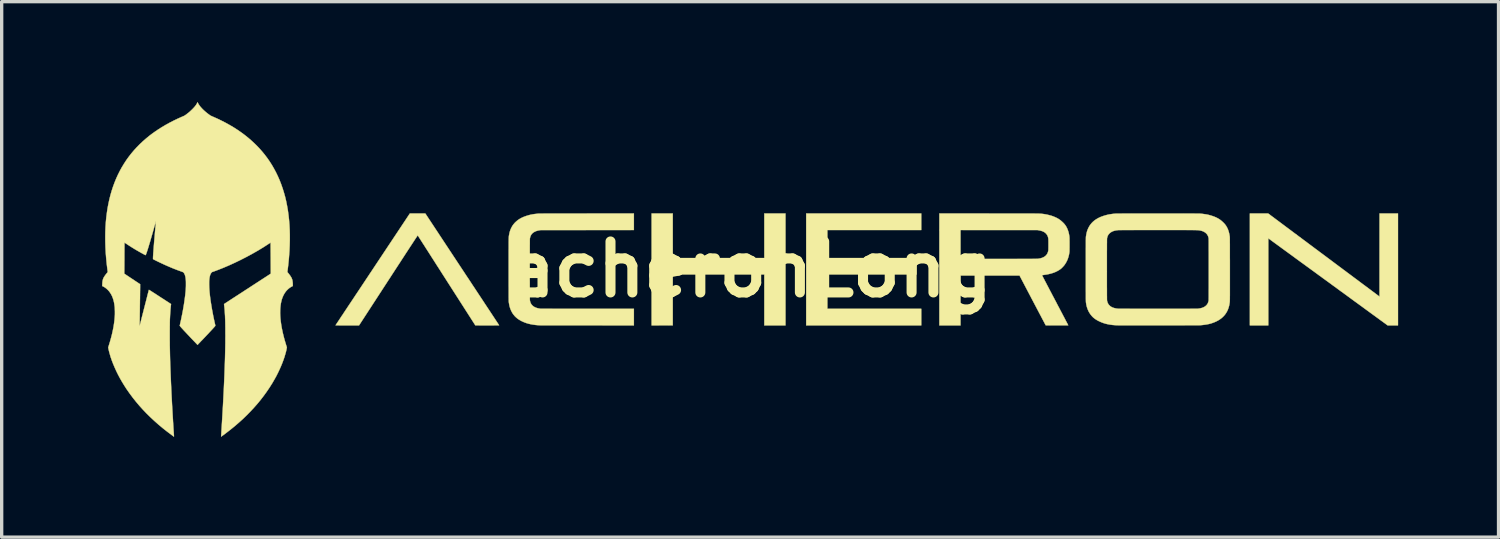
<source format=kicad_pcb>
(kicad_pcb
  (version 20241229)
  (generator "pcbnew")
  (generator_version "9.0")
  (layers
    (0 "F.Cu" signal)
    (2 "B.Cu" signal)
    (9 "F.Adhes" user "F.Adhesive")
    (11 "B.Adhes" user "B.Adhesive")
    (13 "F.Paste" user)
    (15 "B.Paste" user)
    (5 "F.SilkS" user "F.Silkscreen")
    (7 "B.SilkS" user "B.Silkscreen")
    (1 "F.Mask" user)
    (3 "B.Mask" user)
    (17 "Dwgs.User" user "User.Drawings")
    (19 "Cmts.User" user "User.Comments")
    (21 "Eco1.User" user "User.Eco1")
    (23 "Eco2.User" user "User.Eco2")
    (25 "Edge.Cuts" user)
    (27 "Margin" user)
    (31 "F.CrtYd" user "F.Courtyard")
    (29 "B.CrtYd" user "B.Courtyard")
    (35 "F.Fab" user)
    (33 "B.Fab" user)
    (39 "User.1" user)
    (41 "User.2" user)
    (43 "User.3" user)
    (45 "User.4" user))
  (footprint "acheronLong"
    (layer "F.Cu")
    (at 19.369 5.001)
    (property "Reference" "acheronLong" (at 0 0 0) (layer "F.SilkS") (effects (font (size 1.524 1.524) (thickness 0.3))))
    (attr through_hole)
    (fp_poly (pts (xy 5.115 -1.176) (xy 2.309 -1.176) (xy 2.309 -0.34) (xy 4.973 -0.34) (xy 4.973 0.152) (xy 2.309 0.152) (xy 2.309 1.178) (xy 5.115 1.178) (xy 5.115 1.674) (xy 1.676 1.674) (xy 1.676 -1.671) (xy 5.115 -1.671) (xy 5.115 -1.176)) (stroke (width 0.01) (type solid)) (fill yes) (layer "F.SilkS"))
    (fp_poly (pts (xy -2.312 -1.67) (xy -2.312 -1.005) (xy -2.311 -0.34) (xy 0.424 -0.34) (xy 0.424 -1.671) (xy 1.057 -1.671) (xy 1.057 1.674) (xy 0.424 1.674) (xy 0.424 0.152) (xy -2.311 0.152) (xy -2.312 0.912) (xy -2.312 1.672) (xy -2.944 1.674) (xy -2.944 -1.671) (xy -2.312 -1.67)) (stroke (width 0.01) (type solid)) (fill yes) (layer "F.SilkS"))
    (fp_poly (pts (xy 15.984 -1.296) (xy 16.027 -1.264) (xy 16.073 -1.23) (xy 16.123 -1.193) (xy 16.176 -1.153) (xy 16.232 -1.111) (xy 16.29 -1.068) (xy 16.351 -1.023) (xy 16.413 -0.976) (xy 16.478 -0.928) (xy 16.543 -0.879) (xy 16.61 -0.83) (xy 16.677 -0.779) (xy 16.744 -0.729) (xy 16.812 -0.679) (xy 16.879 -0.628) (xy 16.946 -0.579) (xy 17.012 -0.529) (xy 17.077 -0.481) (xy 17.14 -0.434) (xy 17.202 -0.388) (xy 17.226 -0.37) (xy 17.286 -0.325) (xy 17.347 -0.28) (xy 17.409 -0.233) (xy 17.472 -0.186) (xy 17.535 -0.139) (xy 17.599 -0.091) (xy 17.663 -0.044) (xy 17.726 0.004) (xy 17.789 0.05) (xy 17.851 0.097) (xy 17.912 0.142) (xy 17.971 0.186) (xy 18.029 0.23) (xy 18.085 0.271) (xy 18.139 0.311) (xy 18.19 0.349) (xy 18.238 0.386) (xy 18.283 0.419) (xy 18.325 0.451) (xy 18.364 0.479) (xy 18.388 0.497) (xy 18.811 0.813) (xy 18.811 -0.429) (xy 18.812 -1.671) (xy 19.363 -1.671) (xy 19.363 1.674) (xy 19.054 1.674) (xy 19.043 1.665) (xy 19.04 1.663) (xy 19.035 1.659) (xy 19.028 1.655) (xy 19.02 1.649) (xy 19.01 1.641) (xy 18.997 1.631) (xy 18.981 1.62) (xy 18.963 1.606) (xy 18.941 1.591) (xy 18.916 1.572) (xy 18.887 1.551) (xy 18.861 1.533) (xy 18.845 1.521) (xy 18.828 1.509) (xy 18.811 1.496) (xy 18.796 1.485) (xy 18.783 1.475) (xy 18.783 1.475) (xy 18.776 1.47) (xy 18.765 1.462) (xy 18.751 1.452) (xy 18.734 1.44) (xy 18.714 1.425) (xy 18.692 1.409) (xy 18.668 1.391) (xy 18.642 1.373) (xy 18.615 1.353) (xy 18.587 1.333) (xy 18.56 1.313) (xy 18.532 1.293) (xy 18.505 1.273) (xy 18.478 1.253) (xy 18.453 1.235) (xy 18.43 1.218) (xy 18.408 1.202) (xy 18.389 1.188) (xy 18.373 1.177) (xy 18.36 1.167) (xy 18.35 1.16) (xy 18.345 1.156) (xy 18.336 1.149) (xy 18.324 1.14) (xy 18.309 1.129) (xy 18.292 1.117) (xy 18.275 1.104) (xy 18.257 1.091) (xy 18.251 1.087) (xy 18.232 1.073) (xy 18.211 1.058) (xy 18.191 1.043) (xy 18.171 1.029) (xy 18.154 1.016) (xy 18.139 1.006) (xy 18.138 1.004) (xy 18.132 1.001) (xy 18.123 0.994) (xy 18.11 0.984) (xy 18.093 0.972) (xy 18.073 0.958) (xy 18.05 0.941) (xy 18.024 0.922) (xy 17.995 0.901) (xy 17.964 0.878) (xy 17.93 0.853) (xy 17.894 0.826) (xy 17.856 0.799) (xy 17.816 0.769) (xy 17.774 0.739) (xy 17.731 0.707) (xy 17.686 0.675) (xy 17.64 0.642) (xy 17.594 0.608) (xy 17.547 0.573) (xy 17.499 0.538) (xy 17.451 0.503) (xy 17.402 0.468) (xy 17.354 0.432) (xy 17.306 0.397) (xy 17.258 0.362) (xy 17.211 0.328) (xy 17.164 0.294) (xy 17.118 0.261) (xy 17.074 0.228) (xy 17.031 0.197) (xy 16.989 0.167) (xy 16.983 0.162) (xy 16.943 0.133) (xy 16.901 0.102) (xy 16.858 0.07) (xy 16.812 0.037) (xy 16.765 0.003) (xy 16.717 -0.032) (xy 16.668 -0.068) (xy 16.618 -0.104) (xy 16.568 -0.141) (xy 16.516 -0.179) (xy 16.464 -0.216) (xy 16.412 -0.254) (xy 16.36 -0.292) (xy 16.308 -0.33) (xy 16.256 -0.368) (xy 16.205 -0.406) (xy 16.154 -0.443) (xy 16.104 -0.479) (xy 16.055 -0.515) (xy 16.007 -0.55) (xy 15.96 -0.584) (xy 15.915 -0.617) (xy 15.871 -0.649) (xy 15.829 -0.68) (xy 15.789 -0.709) (xy 15.751 -0.737) (xy 15.715 -0.763) (xy 15.682 -0.787) (xy 15.651 -0.81) (xy 15.623 -0.83) (xy 15.598 -0.848) (xy 15.577 -0.864) (xy 15.558 -0.878) (xy 15.543 -0.889) (xy 15.531 -0.897) (xy 15.524 -0.903) (xy 15.52 -0.906) (xy 15.487 -0.93) (xy 15.487 1.674) (xy 14.936 1.674) (xy 14.936 -1.671) (xy 15.482 -1.671) (xy 15.984 -1.296)) (stroke (width 0.01) (type solid)) (fill yes) (layer "F.SilkS"))
    (fp_poly (pts (xy -8.606 -0.002) (xy -8.55 0.082) (xy -8.496 0.165) (xy -8.442 0.246) (xy -8.388 0.327) (xy -8.336 0.406) (xy -8.285 0.484) (xy -8.234 0.56) (xy -8.185 0.635) (xy -8.137 0.708) (xy -8.09 0.779) (xy -8.044 0.848) (xy -8 0.915) (xy -7.957 0.98) (xy -7.916 1.043) (xy -7.876 1.103) (xy -7.838 1.161) (xy -7.801 1.216) (xy -7.767 1.268) (xy -7.734 1.318) (xy -7.703 1.365) (xy -7.674 1.409) (xy -7.647 1.45) (xy -7.622 1.488) (xy -7.599 1.523) (xy -7.578 1.554) (xy -7.56 1.582) (xy -7.544 1.606) (xy -7.531 1.626) (xy -7.52 1.643) (xy -7.511 1.656) (xy -7.505 1.665) (xy -7.502 1.669) (xy -7.502 1.67) (xy -7.502 1.671) (xy -7.504 1.671) (xy -7.507 1.672) (xy -7.512 1.672) (xy -7.518 1.672) (xy -7.528 1.672) (xy -7.539 1.673) (xy -7.553 1.673) (xy -7.571 1.673) (xy -7.591 1.673) (xy -7.615 1.673) (xy -7.642 1.673) (xy -7.673 1.674) (xy -7.709 1.674) (xy -7.748 1.674) (xy -7.793 1.674) (xy -7.842 1.674) (xy -7.856 1.674) (xy -8.212 1.673) (xy -9.071 0.332) (xy -9.119 0.257) (xy -9.167 0.182) (xy -9.214 0.109) (xy -9.26 0.036) (xy -9.305 -0.034) (xy -9.35 -0.103) (xy -9.393 -0.171) (xy -9.435 -0.237) (xy -9.476 -0.301) (xy -9.516 -0.363) (xy -9.554 -0.423) (xy -9.591 -0.481) (xy -9.626 -0.536) (xy -9.66 -0.589) (xy -9.693 -0.639) (xy -9.723 -0.687) (xy -9.752 -0.732) (xy -9.779 -0.774) (xy -9.804 -0.813) (xy -9.827 -0.849) (xy -9.848 -0.882) (xy -9.867 -0.912) (xy -9.884 -0.938) (xy -9.898 -0.96) (xy -9.91 -0.979) (xy -9.92 -0.993) (xy -9.927 -1.004) (xy -9.931 -1.011) (xy -9.933 -1.014) (xy -9.933 -1.014) (xy -9.933 -1.014) (xy -9.934 -1.014) (xy -9.935 -1.013) (xy -9.936 -1.012) (xy -9.938 -1.01) (xy -9.94 -1.007) (xy -9.943 -1.003) (xy -9.946 -0.999) (xy -9.95 -0.993) (xy -9.955 -0.986) (xy -9.961 -0.978) (xy -9.967 -0.968) (xy -9.975 -0.957) (xy -9.983 -0.945) (xy -9.993 -0.931) (xy -10.003 -0.914) (xy -10.015 -0.897) (xy -10.028 -0.877) (xy -10.042 -0.855) (xy -10.058 -0.831) (xy -10.075 -0.805) (xy -10.094 -0.776) (xy -10.114 -0.745) (xy -10.136 -0.712) (xy -10.16 -0.676) (xy -10.185 -0.637) (xy -10.213 -0.595) (xy -10.242 -0.55) (xy -10.273 -0.503) (xy -10.306 -0.452) (xy -10.341 -0.398) (xy -10.378 -0.341) (xy -10.418 -0.28) (xy -10.459 -0.216) (xy -10.504 -0.148) (xy -10.55 -0.077) (xy -10.599 -0.002) (xy -10.65 0.077) (xy -10.705 0.161) (xy -10.761 0.248) (xy -10.813 0.327) (xy -11.689 1.674) (xy -12.04 1.674) (xy -12.09 1.674) (xy -12.134 1.674) (xy -12.174 1.674) (xy -12.21 1.674) (xy -12.241 1.674) (xy -12.269 1.674) (xy -12.293 1.673) (xy -12.313 1.673) (xy -12.331 1.673) (xy -12.345 1.673) (xy -12.357 1.673) (xy -12.367 1.673) (xy -12.375 1.672) (xy -12.38 1.672) (xy -12.384 1.672) (xy -12.387 1.671) (xy -12.389 1.671) (xy -12.389 1.67) (xy -12.389 1.669) (xy -12.389 1.669) (xy -12.388 1.667) (xy -12.383 1.66) (xy -12.376 1.65) (xy -12.367 1.636) (xy -12.355 1.617) (xy -12.34 1.595) (xy -12.323 1.57) (xy -12.304 1.541) (xy -12.282 1.508) (xy -12.258 1.472) (xy -12.233 1.433) (xy -12.205 1.391) (xy -12.174 1.346) (xy -12.143 1.298) (xy -12.109 1.247) (xy -12.073 1.193) (xy -12.036 1.137) (xy -11.997 1.078) (xy -11.956 1.017) (xy -11.914 0.954) (xy -11.87 0.888) (xy -11.825 0.82) (xy -11.779 0.75) (xy -11.731 0.679) (xy -11.682 0.605) (xy -11.632 0.53) (xy -11.581 0.453) (xy -11.529 0.375) (xy -11.476 0.295) (xy -11.422 0.214) (xy -11.368 0.132) (xy -11.312 0.049) (xy -11.278 -0.003) (xy -10.17 -1.67) (xy -9.939 -1.671) (xy -9.708 -1.671) (xy -8.606 -0.002)) (stroke (width 0.01) (type solid)) (fill yes) (layer "F.SilkS"))
    (fp_poly (pts (xy -3.474 -1.176) (xy -6.262 -1.174) (xy -6.294 -1.169) (xy -6.309 -1.166) (xy -6.326 -1.163) (xy -6.341 -1.16) (xy -6.351 -1.157) (xy -6.393 -1.145) (xy -6.43 -1.129) (xy -6.464 -1.111) (xy -6.493 -1.09) (xy -6.519 -1.065) (xy -6.54 -1.038) (xy -6.557 -1.008) (xy -6.57 -0.975) (xy -6.579 -0.938) (xy -6.583 -0.916) (xy -6.583 -0.911) (xy -6.583 -0.901) (xy -6.583 -0.887) (xy -6.584 -0.869) (xy -6.584 -0.846) (xy -6.584 -0.819) (xy -6.584 -0.789) (xy -6.584 -0.755) (xy -6.585 -0.718) (xy -6.585 -0.678) (xy -6.585 -0.634) (xy -6.585 -0.589) (xy -6.585 -0.541) (xy -6.585 -0.49) (xy -6.585 -0.438) (xy -6.585 -0.384) (xy -6.586 -0.329) (xy -6.586 -0.272) (xy -6.586 -0.214) (xy -6.586 -0.156) (xy -6.586 -0.097) (xy -6.586 -0.037) (xy -6.586 0.022) (xy -6.586 0.082) (xy -6.586 0.141) (xy -6.586 0.2) (xy -6.586 0.258) (xy -6.586 0.315) (xy -6.585 0.371) (xy -6.585 0.425) (xy -6.585 0.478) (xy -6.585 0.529) (xy -6.585 0.577) (xy -6.585 0.624) (xy -6.585 0.668) (xy -6.585 0.709) (xy -6.585 0.747) (xy -6.584 0.782) (xy -6.584 0.813) (xy -6.584 0.841) (xy -6.584 0.865) (xy -6.584 0.885) (xy -6.583 0.9) (xy -6.583 0.911) (xy -6.583 0.917) (xy -6.583 0.918) (xy -6.576 0.956) (xy -6.565 0.992) (xy -6.55 1.024) (xy -6.531 1.053) (xy -6.508 1.079) (xy -6.481 1.102) (xy -6.45 1.122) (xy -6.437 1.128) (xy -6.411 1.14) (xy -6.383 1.151) (xy -6.353 1.159) (xy -6.319 1.167) (xy -6.294 1.171) (xy -6.262 1.177) (xy -4.868 1.178) (xy -3.474 1.178) (xy -3.474 1.674) (xy -4.858 1.673) (xy -4.942 1.673) (xy -5.024 1.673) (xy -5.105 1.673) (xy -5.185 1.673) (xy -5.263 1.673) (xy -5.339 1.673) (xy -5.414 1.673) (xy -5.486 1.673) (xy -5.556 1.673) (xy -5.623 1.673) (xy -5.688 1.673) (xy -5.75 1.673) (xy -5.81 1.673) (xy -5.866 1.673) (xy -5.92 1.673) (xy -5.97 1.673) (xy -6.016 1.672) (xy -6.059 1.672) (xy -6.098 1.672) (xy -6.134 1.672) (xy -6.165 1.672) (xy -6.192 1.672) (xy -6.215 1.672) (xy -6.234 1.672) (xy -6.247 1.672) (xy -6.256 1.672) (xy -6.26 1.672) (xy -6.26 1.672) (xy -6.34 1.668) (xy -6.416 1.661) (xy -6.488 1.651) (xy -6.556 1.639) (xy -6.621 1.624) (xy -6.683 1.606) (xy -6.742 1.585) (xy -6.798 1.561) (xy -6.853 1.534) (xy -6.905 1.503) (xy -6.906 1.503) (xy -6.952 1.471) (xy -6.994 1.436) (xy -7.034 1.397) (xy -7.07 1.354) (xy -7.097 1.317) (xy -7.125 1.27) (xy -7.149 1.219) (xy -7.17 1.166) (xy -7.188 1.109) (xy -7.201 1.049) (xy -7.211 0.986) (xy -7.213 0.963) (xy -7.214 0.959) (xy -7.214 0.953) (xy -7.214 0.946) (xy -7.214 0.937) (xy -7.215 0.927) (xy -7.215 0.914) (xy -7.215 0.899) (xy -7.215 0.881) (xy -7.215 0.861) (xy -7.216 0.839) (xy -7.216 0.813) (xy -7.216 0.785) (xy -7.216 0.754) (xy -7.216 0.719) (xy -7.216 0.681) (xy -7.216 0.64) (xy -7.216 0.595) (xy -7.216 0.546) (xy -7.217 0.493) (xy -7.217 0.436) (xy -7.217 0.375) (xy -7.217 0.31) (xy -7.217 0.24) (xy -7.217 0.165) (xy -7.217 0.086) (xy -7.217 0.001) (xy -7.217 0.001) (xy -7.217 -0.081) (xy -7.217 -0.159) (xy -7.217 -0.232) (xy -7.217 -0.301) (xy -7.217 -0.365) (xy -7.217 -0.425) (xy -7.217 -0.48) (xy -7.217 -0.532) (xy -7.217 -0.58) (xy -7.216 -0.624) (xy -7.216 -0.665) (xy -7.216 -0.703) (xy -7.216 -0.737) (xy -7.216 -0.769) (xy -7.216 -0.797) (xy -7.216 -0.823) (xy -7.215 -0.847) (xy -7.215 -0.868) (xy -7.215 -0.887) (xy -7.215 -0.904) (xy -7.214 -0.919) (xy -7.214 -0.933) (xy -7.213 -0.945) (xy -7.213 -0.955) (xy -7.212 -0.965) (xy -7.212 -0.973) (xy -7.211 -0.981) (xy -7.21 -0.988) (xy -7.21 -0.994) (xy -7.209 -1) (xy -7.208 -1.006) (xy -7.207 -1.012) (xy -7.206 -1.018) (xy -7.205 -1.024) (xy -7.204 -1.03) (xy -7.192 -1.091) (xy -7.176 -1.148) (xy -7.156 -1.202) (xy -7.132 -1.253) (xy -7.105 -1.301) (xy -7.073 -1.345) (xy -7.038 -1.387) (xy -7.013 -1.412) (xy -6.975 -1.446) (xy -6.935 -1.478) (xy -6.891 -1.507) (xy -6.845 -1.533) (xy -6.795 -1.557) (xy -6.742 -1.579) (xy -6.684 -1.599) (xy -6.622 -1.618) (xy -6.602 -1.623) (xy -6.574 -1.63) (xy -6.546 -1.636) (xy -6.517 -1.642) (xy -6.488 -1.647) (xy -6.457 -1.652) (xy -6.423 -1.656) (xy -6.386 -1.66) (xy -6.346 -1.665) (xy -6.324 -1.667) (xy -6.32 -1.667) (xy -6.313 -1.667) (xy -6.304 -1.667) (xy -6.291 -1.667) (xy -6.276 -1.668) (xy -6.257 -1.668) (xy -6.235 -1.668) (xy -6.21 -1.668) (xy -6.182 -1.668) (xy -6.15 -1.669) (xy -6.114 -1.669) (xy -6.075 -1.669) (xy -6.032 -1.669) (xy -5.985 -1.669) (xy -5.935 -1.669) (xy -5.88 -1.669) (xy -5.821 -1.669) (xy -5.759 -1.67) (xy -5.692 -1.67) (xy -5.62 -1.67) (xy -5.545 -1.67) (xy -5.464 -1.67) (xy -5.38 -1.67) (xy -5.29 -1.67) (xy -5.196 -1.67) (xy -5.097 -1.67) (xy -4.993 -1.67) (xy -4.884 -1.67) (xy -4.883 -1.67) (xy -3.474 -1.671) (xy -3.474 -1.176)) (stroke (width 0.01) (type solid)) (fill yes) (layer "F.SilkS"))
    (fp_poly (pts (xy 7.139 -1.67) (xy 7.243 -1.67) (xy 7.342 -1.67) (xy 7.437 -1.67) (xy 7.527 -1.67) (xy 7.612 -1.67) (xy 7.693 -1.67) (xy 7.77 -1.67) (xy 7.842 -1.67) (xy 7.911 -1.67) (xy 7.975 -1.67) (xy 8.036 -1.67) (xy 8.093 -1.67) (xy 8.146 -1.67) (xy 8.196 -1.67) (xy 8.243 -1.67) (xy 8.286 -1.669) (xy 8.326 -1.669) (xy 8.364 -1.669) (xy 8.399 -1.669) (xy 8.431 -1.669) (xy 8.46 -1.669) (xy 8.488 -1.669) (xy 8.512 -1.668) (xy 8.535 -1.668) (xy 8.556 -1.668) (xy 8.575 -1.668) (xy 8.592 -1.667) (xy 8.607 -1.667) (xy 8.621 -1.667) (xy 8.633 -1.666) (xy 8.645 -1.666) (xy 8.655 -1.666) (xy 8.664 -1.665) (xy 8.672 -1.665) (xy 8.679 -1.664) (xy 8.686 -1.664) (xy 8.693 -1.663) (xy 8.699 -1.663) (xy 8.704 -1.662) (xy 8.71 -1.662) (xy 8.716 -1.661) (xy 8.721 -1.66) (xy 8.727 -1.66) (xy 8.734 -1.659) (xy 8.737 -1.659) (xy 8.803 -1.65) (xy 8.868 -1.638) (xy 8.931 -1.623) (xy 8.991 -1.607) (xy 9.049 -1.588) (xy 9.103 -1.566) (xy 9.154 -1.543) (xy 9.201 -1.518) (xy 9.234 -1.497) (xy 9.26 -1.479) (xy 9.287 -1.458) (xy 9.314 -1.435) (xy 9.34 -1.411) (xy 9.365 -1.387) (xy 9.386 -1.364) (xy 9.398 -1.35) (xy 9.429 -1.309) (xy 9.456 -1.264) (xy 9.479 -1.217) (xy 9.499 -1.166) (xy 9.516 -1.112) (xy 9.53 -1.055) (xy 9.54 -0.993) (xy 9.541 -0.984) (xy 9.542 -0.977) (xy 9.543 -0.97) (xy 9.543 -0.962) (xy 9.544 -0.953) (xy 9.544 -0.943) (xy 9.545 -0.932) (xy 9.545 -0.918) (xy 9.545 -0.901) (xy 9.545 -0.882) (xy 9.545 -0.859) (xy 9.546 -0.832) (xy 9.546 -0.802) (xy 9.546 -0.767) (xy 9.546 -0.744) (xy 9.546 -0.706) (xy 9.546 -0.673) (xy 9.546 -0.645) (xy 9.545 -0.62) (xy 9.545 -0.599) (xy 9.545 -0.58) (xy 9.545 -0.565) (xy 9.544 -0.552) (xy 9.544 -0.541) (xy 9.544 -0.532) (xy 9.543 -0.524) (xy 9.542 -0.517) (xy 9.542 -0.51) (xy 9.541 -0.507) (xy 9.531 -0.444) (xy 9.517 -0.386) (xy 9.5 -0.33) (xy 9.48 -0.278) (xy 9.455 -0.227) (xy 9.427 -0.178) (xy 9.395 -0.131) (xy 9.391 -0.126) (xy 9.377 -0.108) (xy 9.36 -0.089) (xy 9.341 -0.069) (xy 9.322 -0.049) (xy 9.303 -0.031) (xy 9.285 -0.016) (xy 9.275 -0.008) (xy 9.228 0.024) (xy 9.178 0.052) (xy 9.124 0.078) (xy 9.066 0.101) (xy 9.003 0.121) (xy 8.936 0.138) (xy 8.866 0.153) (xy 8.791 0.164) (xy 8.755 0.169) (xy 8.743 0.17) (xy 8.733 0.171) (xy 8.726 0.172) (xy 8.723 0.173) (xy 8.723 0.173) (xy 8.724 0.175) (xy 8.727 0.182) (xy 8.733 0.193) (xy 8.741 0.208) (xy 8.75 0.226) (xy 8.762 0.248) (xy 8.775 0.274) (xy 8.791 0.303) (xy 8.807 0.336) (xy 8.826 0.371) (xy 8.846 0.409) (xy 8.867 0.45) (xy 8.89 0.493) (xy 8.914 0.539) (xy 8.939 0.587) (xy 8.965 0.637) (xy 8.992 0.688) (xy 9.02 0.742) (xy 9.049 0.797) (xy 9.079 0.853) (xy 9.109 0.911) (xy 9.114 0.921) (xy 9.145 0.978) (xy 9.174 1.035) (xy 9.203 1.09) (xy 9.232 1.144) (xy 9.259 1.196) (xy 9.285 1.246) (xy 9.311 1.295) (xy 9.335 1.341) (xy 9.358 1.385) (xy 9.38 1.426) (xy 9.4 1.465) (xy 9.419 1.501) (xy 9.436 1.534) (xy 9.452 1.564) (xy 9.466 1.59) (xy 9.478 1.613) (xy 9.488 1.632) (xy 9.496 1.648) (xy 9.502 1.66) (xy 9.506 1.667) (xy 9.508 1.67) (xy 9.508 1.671) (xy 9.507 1.671) (xy 9.505 1.671) (xy 9.5 1.672) (xy 9.493 1.672) (xy 9.483 1.672) (xy 9.47 1.673) (xy 9.455 1.673) (xy 9.436 1.673) (xy 9.414 1.673) (xy 9.388 1.673) (xy 9.358 1.673) (xy 9.324 1.673) (xy 9.286 1.673) (xy 9.243 1.673) (xy 9.195 1.673) (xy 9.172 1.673) (xy 8.835 1.672) (xy 8.443 0.928) (xy 8.052 0.183) (xy 6.288 0.183) (xy 6.288 1.674) (xy 5.656 1.674) (xy 5.656 -0.312) (xy 6.288 -0.312) (xy 7.434 -0.313) (xy 7.526 -0.313) (xy 7.612 -0.313) (xy 7.693 -0.313) (xy 7.77 -0.313) (xy 7.842 -0.313) (xy 7.91 -0.313) (xy 7.974 -0.313) (xy 8.034 -0.314) (xy 8.089 -0.314) (xy 8.141 -0.314) (xy 8.189 -0.314) (xy 8.234 -0.314) (xy 8.275 -0.314) (xy 8.313 -0.314) (xy 8.348 -0.314) (xy 8.38 -0.314) (xy 8.409 -0.314) (xy 8.435 -0.314) (xy 8.459 -0.315) (xy 8.481 -0.315) (xy 8.5 -0.315) (xy 8.517 -0.315) (xy 8.532 -0.315) (xy 8.545 -0.315) (xy 8.557 -0.316) (xy 8.567 -0.316) (xy 8.576 -0.316) (xy 8.583 -0.316) (xy 8.589 -0.317) (xy 8.595 -0.317) (xy 8.599 -0.317) (xy 8.603 -0.317) (xy 8.606 -0.318) (xy 8.608 -0.318) (xy 8.61 -0.318) (xy 8.642 -0.324) (xy 8.67 -0.329) (xy 8.694 -0.335) (xy 8.716 -0.342) (xy 8.755 -0.357) (xy 8.789 -0.375) (xy 8.818 -0.395) (xy 8.844 -0.419) (xy 8.866 -0.446) (xy 8.884 -0.476) (xy 8.898 -0.509) (xy 8.909 -0.546) (xy 8.911 -0.557) (xy 8.912 -0.563) (xy 8.913 -0.569) (xy 8.914 -0.575) (xy 8.914 -0.583) (xy 8.915 -0.592) (xy 8.915 -0.603) (xy 8.915 -0.617) (xy 8.915 -0.633) (xy 8.916 -0.652) (xy 8.916 -0.676) (xy 8.916 -0.703) (xy 8.916 -0.735) (xy 8.916 -0.742) (xy 8.916 -0.776) (xy 8.916 -0.806) (xy 8.916 -0.831) (xy 8.915 -0.853) (xy 8.915 -0.872) (xy 8.915 -0.888) (xy 8.914 -0.901) (xy 8.913 -0.913) (xy 8.912 -0.923) (xy 8.911 -0.932) (xy 8.909 -0.94) (xy 8.907 -0.949) (xy 8.905 -0.957) (xy 8.904 -0.962) (xy 8.893 -0.995) (xy 8.878 -1.025) (xy 8.859 -1.052) (xy 8.841 -1.073) (xy 8.818 -1.094) (xy 8.793 -1.112) (xy 8.764 -1.128) (xy 8.732 -1.142) (xy 8.695 -1.153) (xy 8.655 -1.163) (xy 8.624 -1.169) (xy 8.591 -1.175) (xy 7.44 -1.175) (xy 6.288 -1.176) (xy 6.288 -0.312) (xy 5.656 -0.312) (xy 5.656 -1.671) (xy 7.139 -1.67)) (stroke (width 0.01) (type solid)) (fill yes) (layer "F.SilkS"))
    (fp_poly (pts (xy 12.245 -1.67) (xy 12.315 -1.67) (xy 12.384 -1.67) (xy 12.453 -1.67) (xy 12.521 -1.67) (xy 12.589 -1.67) (xy 12.655 -1.67) (xy 12.72 -1.67) (xy 12.783 -1.67) (xy 12.845 -1.67) (xy 12.904 -1.67) (xy 12.962 -1.669) (xy 13.017 -1.669) (xy 13.07 -1.669) (xy 13.12 -1.669) (xy 13.167 -1.669) (xy 13.211 -1.669) (xy 13.252 -1.669) (xy 13.289 -1.668) (xy 13.323 -1.668) (xy 13.353 -1.668) (xy 13.379 -1.668) (xy 13.4 -1.667) (xy 13.417 -1.667) (xy 13.43 -1.667) (xy 13.438 -1.667) (xy 13.439 -1.667) (xy 13.498 -1.662) (xy 13.552 -1.655) (xy 13.603 -1.648) (xy 13.652 -1.64) (xy 13.698 -1.63) (xy 13.743 -1.618) (xy 13.767 -1.611) (xy 13.821 -1.594) (xy 13.871 -1.576) (xy 13.917 -1.557) (xy 13.96 -1.536) (xy 14 -1.514) (xy 14.039 -1.489) (xy 14.075 -1.462) (xy 14.111 -1.431) (xy 14.143 -1.401) (xy 14.177 -1.366) (xy 14.207 -1.329) (xy 14.233 -1.29) (xy 14.256 -1.249) (xy 14.277 -1.206) (xy 14.294 -1.159) (xy 14.309 -1.109) (xy 14.322 -1.055) (xy 14.332 -0.997) (xy 14.334 -0.984) (xy 14.334 -0.981) (xy 14.334 -0.978) (xy 14.335 -0.974) (xy 14.335 -0.969) (xy 14.335 -0.963) (xy 14.336 -0.956) (xy 14.336 -0.948) (xy 14.336 -0.938) (xy 14.336 -0.927) (xy 14.337 -0.914) (xy 14.337 -0.899) (xy 14.337 -0.882) (xy 14.337 -0.862) (xy 14.337 -0.841) (xy 14.337 -0.817) (xy 14.337 -0.79) (xy 14.338 -0.76) (xy 14.338 -0.728) (xy 14.338 -0.692) (xy 14.338 -0.653) (xy 14.338 -0.61) (xy 14.338 -0.564) (xy 14.338 -0.514) (xy 14.338 -0.46) (xy 14.338 -0.402) (xy 14.338 -0.34) (xy 14.339 -0.273) (xy 14.339 -0.202) (xy 14.339 -0.126) (xy 14.339 -0.045) (xy 14.339 -0.023) (xy 14.339 0.06) (xy 14.339 0.139) (xy 14.339 0.212) (xy 14.339 0.281) (xy 14.339 0.346) (xy 14.339 0.406) (xy 14.339 0.463) (xy 14.339 0.515) (xy 14.339 0.563) (xy 14.339 0.608) (xy 14.339 0.65) (xy 14.339 0.688) (xy 14.339 0.722) (xy 14.339 0.754) (xy 14.339 0.783) (xy 14.338 0.81) (xy 14.338 0.834) (xy 14.338 0.855) (xy 14.338 0.875) (xy 14.338 0.892) (xy 14.337 0.908) (xy 14.337 0.921) (xy 14.336 0.934) (xy 14.336 0.945) (xy 14.336 0.954) (xy 14.335 0.963) (xy 14.335 0.971) (xy 14.334 0.978) (xy 14.333 0.984) (xy 14.333 0.99) (xy 14.332 0.996) (xy 14.331 1.001) (xy 14.33 1.007) (xy 14.33 1.008) (xy 14.32 1.07) (xy 14.305 1.127) (xy 14.287 1.182) (xy 14.266 1.233) (xy 14.24 1.281) (xy 14.211 1.327) (xy 14.178 1.37) (xy 14.14 1.411) (xy 14.139 1.412) (xy 14.102 1.446) (xy 14.063 1.477) (xy 14.021 1.506) (xy 13.976 1.533) (xy 13.926 1.558) (xy 13.873 1.581) (xy 13.839 1.594) (xy 13.805 1.606) (xy 13.771 1.617) (xy 13.736 1.627) (xy 13.699 1.635) (xy 13.66 1.643) (xy 13.619 1.65) (xy 13.575 1.656) (xy 13.527 1.662) (xy 13.475 1.667) (xy 13.453 1.669) (xy 13.448 1.669) (xy 13.439 1.669) (xy 13.424 1.67) (xy 13.405 1.67) (xy 13.382 1.67) (xy 13.355 1.67) (xy 13.324 1.67) (xy 13.289 1.671) (xy 13.25 1.671) (xy 13.208 1.671) (xy 13.163 1.671) (xy 13.115 1.671) (xy 13.065 1.671) (xy 13.011 1.671) (xy 12.955 1.672) (xy 12.898 1.672) (xy 12.838 1.672) (xy 12.776 1.672) (xy 12.712 1.672) (xy 12.648 1.672) (xy 12.582 1.672) (xy 12.514 1.672) (xy 12.447 1.672) (xy 12.378 1.672) (xy 12.309 1.673) (xy 12.239 1.673) (xy 12.17 1.673) (xy 12.101 1.673) (xy 12.032 1.673) (xy 11.963 1.673) (xy 11.895 1.673) (xy 11.828 1.673) (xy 11.762 1.673) (xy 11.698 1.673) (xy 11.634 1.673) (xy 11.573 1.673) (xy 11.513 1.673) (xy 11.455 1.673) (xy 11.4 1.673) (xy 11.347 1.673) (xy 11.296 1.673) (xy 11.248 1.672) (xy 11.204 1.672) (xy 11.162 1.672) (xy 11.124 1.672) (xy 11.089 1.672) (xy 11.058 1.672) (xy 11.031 1.672) (xy 11.009 1.672) (xy 10.99 1.671) (xy 10.976 1.671) (xy 10.967 1.671) (xy 10.964 1.671) (xy 10.891 1.666) (xy 10.822 1.66) (xy 10.757 1.651) (xy 10.696 1.64) (xy 10.637 1.627) (xy 10.581 1.611) (xy 10.527 1.592) (xy 10.475 1.571) (xy 10.423 1.547) (xy 10.419 1.545) (xy 10.373 1.521) (xy 10.331 1.495) (xy 10.294 1.469) (xy 10.259 1.441) (xy 10.227 1.41) (xy 10.198 1.377) (xy 10.169 1.341) (xy 10.154 1.318) (xy 10.125 1.272) (xy 10.101 1.222) (xy 10.08 1.169) (xy 10.062 1.113) (xy 10.048 1.053) (xy 10.038 0.989) (xy 10.038 0.987) (xy 10.037 0.983) (xy 10.037 0.98) (xy 10.037 0.976) (xy 10.036 0.971) (xy 10.036 0.966) (xy 10.036 0.96) (xy 10.036 0.953) (xy 10.035 0.944) (xy 10.035 0.935) (xy 10.035 0.923) (xy 10.035 0.911) (xy 10.034 0.896) (xy 10.034 0.879) (xy 10.034 0.86) (xy 10.034 0.839) (xy 10.034 0.815) (xy 10.034 0.789) (xy 10.034 0.76) (xy 10.034 0.728) (xy 10.034 0.693) (xy 10.033 0.655) (xy 10.033 0.613) (xy 10.033 0.568) (xy 10.033 0.519) (xy 10.033 0.466) (xy 10.033 0.409) (xy 10.033 0.348) (xy 10.033 0.282) (xy 10.033 0.213) (xy 10.033 0.138) (xy 10.033 0.059) (xy 10.033 0.016) (xy 10.663 0.016) (xy 10.663 0.076) (xy 10.663 0.136) (xy 10.663 0.195) (xy 10.663 0.253) (xy 10.663 0.31) (xy 10.663 0.366) (xy 10.663 0.421) (xy 10.663 0.474) (xy 10.663 0.525) (xy 10.664 0.575) (xy 10.664 0.621) (xy 10.664 0.666) (xy 10.664 0.707) (xy 10.664 0.746) (xy 10.664 0.782) (xy 10.665 0.814) (xy 10.665 0.842) (xy 10.665 0.867) (xy 10.665 0.887) (xy 10.666 0.904) (xy 10.666 0.915) (xy 10.666 0.922) (xy 10.666 0.924) (xy 10.673 0.959) (xy 10.683 0.989) (xy 10.695 1.017) (xy 10.71 1.042) (xy 10.729 1.066) (xy 10.738 1.075) (xy 10.76 1.096) (xy 10.785 1.114) (xy 10.812 1.129) (xy 10.843 1.143) (xy 10.877 1.154) (xy 10.915 1.163) (xy 10.957 1.171) (xy 11.004 1.176) (xy 11.007 1.177) (xy 11.01 1.177) (xy 11.018 1.177) (xy 11.031 1.177) (xy 11.049 1.177) (xy 11.07 1.177) (xy 11.096 1.177) (xy 11.127 1.177) (xy 11.161 1.177) (xy 11.199 1.177) (xy 11.24 1.177) (xy 11.285 1.177) (xy 11.334 1.177) (xy 11.385 1.178) (xy 11.44 1.178) (xy 11.497 1.178) (xy 11.557 1.178) (xy 11.62 1.178) (xy 11.685 1.178) (xy 11.752 1.178) (xy 11.821 1.178) (xy 11.892 1.178) (xy 11.965 1.178) (xy 12.039 1.178) (xy 12.115 1.178) (xy 12.181 1.178) (xy 12.287 1.178) (xy 12.388 1.178) (xy 12.484 1.178) (xy 12.575 1.178) (xy 12.661 1.178) (xy 12.742 1.178) (xy 12.818 1.178) (xy 12.889 1.178) (xy 12.955 1.178) (xy 13.016 1.178) (xy 13.072 1.178) (xy 13.124 1.178) (xy 13.17 1.177) (xy 13.212 1.177) (xy 13.249 1.177) (xy 13.281 1.177) (xy 13.309 1.177) (xy 13.331 1.177) (xy 13.349 1.176) (xy 13.363 1.176) (xy 13.371 1.176) (xy 13.374 1.176) (xy 13.425 1.169) (xy 13.471 1.16) (xy 13.514 1.148) (xy 13.553 1.132) (xy 13.583 1.116) (xy 13.599 1.105) (xy 13.615 1.092) (xy 13.632 1.077) (xy 13.646 1.061) (xy 13.658 1.047) (xy 13.674 1.022) (xy 13.687 0.992) (xy 13.697 0.961) (xy 13.704 0.929) (xy 13.704 0.926) (xy 13.705 0.922) (xy 13.705 0.913) (xy 13.705 0.899) (xy 13.705 0.881) (xy 13.705 0.859) (xy 13.706 0.833) (xy 13.706 0.803) (xy 13.706 0.769) (xy 13.706 0.733) (xy 13.706 0.693) (xy 13.706 0.65) (xy 13.706 0.605) (xy 13.707 0.557) (xy 13.707 0.507) (xy 13.707 0.455) (xy 13.707 0.401) (xy 13.707 0.346) (xy 13.707 0.29) (xy 13.707 0.232) (xy 13.707 0.174) (xy 13.707 0.114) (xy 13.707 0.055) (xy 13.707 -0.005) (xy 13.707 -0.065) (xy 13.707 -0.124) (xy 13.707 -0.183) (xy 13.707 -0.241) (xy 13.707 -0.299) (xy 13.707 -0.355) (xy 13.707 -0.41) (xy 13.707 -0.463) (xy 13.707 -0.515) (xy 13.706 -0.564) (xy 13.706 -0.612) (xy 13.706 -0.656) (xy 13.706 -0.699) (xy 13.706 -0.738) (xy 13.706 -0.774) (xy 13.706 -0.807) (xy 13.706 -0.836) (xy 13.705 -0.861) (xy 13.705 -0.883) (xy 13.705 -0.9) (xy 13.705 -0.912) (xy 13.705 -0.92) (xy 13.704 -0.923) (xy 13.697 -0.961) (xy 13.685 -0.995) (xy 13.669 -1.027) (xy 13.649 -1.056) (xy 13.624 -1.082) (xy 13.596 -1.104) (xy 13.564 -1.124) (xy 13.551 -1.13) (xy 13.516 -1.145) (xy 13.477 -1.156) (xy 13.451 -1.162) (xy 13.446 -1.163) (xy 13.441 -1.164) (xy 13.437 -1.165) (xy 13.432 -1.166) (xy 13.428 -1.167) (xy 13.423 -1.168) (xy 13.418 -1.168) (xy 13.413 -1.169) (xy 13.407 -1.17) (xy 13.401 -1.17) (xy 13.393 -1.171) (xy 13.384 -1.172) (xy 13.375 -1.172) (xy 13.364 -1.172) (xy 13.351 -1.173) (xy 13.337 -1.173) (xy 13.322 -1.174) (xy 13.304 -1.174) (xy 13.284 -1.174) (xy 13.263 -1.174) (xy 13.238 -1.175) (xy 13.212 -1.175) (xy 13.183 -1.175) (xy 13.151 -1.175) (xy 13.116 -1.175) (xy 13.079 -1.175) (xy 13.038 -1.176) (xy 12.994 -1.176) (xy 12.947 -1.176) (xy 12.896 -1.176) (xy 12.841 -1.176) (xy 12.782 -1.176) (xy 12.72 -1.176) (xy 12.653 -1.176) (xy 12.582 -1.176) (xy 12.506 -1.176) (xy 12.427 -1.176) (xy 12.342 -1.176) (xy 12.187 -1.176) (xy 12.08 -1.176) (xy 11.979 -1.176) (xy 11.882 -1.176) (xy 11.79 -1.176) (xy 11.704 -1.176) (xy 11.622 -1.176) (xy 11.545 -1.176) (xy 11.473 -1.176) (xy 11.407 -1.175) (xy 11.345 -1.175) (xy 11.288 -1.175) (xy 11.236 -1.175) (xy 11.189 -1.175) (xy 11.148 -1.175) (xy 11.111 -1.175) (xy 11.079 -1.174) (xy 11.053 -1.174) (xy 11.031 -1.174) (xy 11.014 -1.174) (xy 11.003 -1.174) (xy 10.997 -1.173) (xy 10.996 -1.173) (xy 10.946 -1.167) (xy 10.901 -1.158) (xy 10.859 -1.146) (xy 10.822 -1.131) (xy 10.789 -1.113) (xy 10.76 -1.092) (xy 10.745 -1.08) (xy 10.723 -1.056) (xy 10.705 -1.032) (xy 10.69 -1.005) (xy 10.679 -0.975) (xy 10.67 -0.942) (xy 10.666 -0.921) (xy 10.666 -0.917) (xy 10.666 -0.907) (xy 10.666 -0.893) (xy 10.665 -0.875) (xy 10.665 -0.852) (xy 10.665 -0.826) (xy 10.665 -0.795) (xy 10.664 -0.761) (xy 10.664 -0.724) (xy 10.664 -0.684) (xy 10.664 -0.641) (xy 10.664 -0.595) (xy 10.663 -0.547) (xy 10.663 -0.497) (xy 10.663 -0.445) (xy 10.663 -0.391) (xy 10.663 -0.335) (xy 10.663 -0.279) (xy 10.663 -0.221) (xy 10.663 -0.162) (xy 10.663 -0.103) (xy 10.663 -0.043) (xy 10.663 0.016) (xy 10.033 0.016) (xy 10.033 0.001) (xy 10.033 -0.082) (xy 10.033 -0.159) (xy 10.033 -0.232) (xy 10.033 -0.301) (xy 10.033 -0.365) (xy 10.033 -0.425) (xy 10.033 -0.48) (xy 10.033 -0.532) (xy 10.033 -0.58) (xy 10.033 -0.624) (xy 10.034 -0.664) (xy 10.034 -0.702) (xy 10.034 -0.736) (xy 10.034 -0.767) (xy 10.034 -0.795) (xy 10.034 -0.82) (xy 10.034 -0.843) (xy 10.034 -0.864) (xy 10.034 -0.882) (xy 10.035 -0.898) (xy 10.035 -0.912) (xy 10.035 -0.925) (xy 10.035 -0.935) (xy 10.035 -0.945) (xy 10.036 -0.953) (xy 10.036 -0.96) (xy 10.036 -0.965) (xy 10.036 -0.97) (xy 10.037 -0.975) (xy 10.037 -0.978) (xy 10.038 -0.982) (xy 10.038 -0.984) (xy 10.047 -1.04) (xy 10.058 -1.093) (xy 10.071 -1.142) (xy 10.088 -1.189) (xy 10.108 -1.235) (xy 10.112 -1.243) (xy 10.139 -1.292) (xy 10.17 -1.338) (xy 10.205 -1.381) (xy 10.244 -1.421) (xy 10.287 -1.458) (xy 10.335 -1.492) (xy 10.386 -1.523) (xy 10.442 -1.552) (xy 10.501 -1.577) (xy 10.562 -1.598) (xy 10.607 -1.612) (xy 10.651 -1.624) (xy 10.696 -1.635) (xy 10.74 -1.644) (xy 10.787 -1.651) (xy 10.836 -1.658) (xy 10.888 -1.663) (xy 10.932 -1.667) (xy 10.938 -1.667) (xy 10.95 -1.667) (xy 10.965 -1.667) (xy 10.985 -1.668) (xy 11.01 -1.668) (xy 11.039 -1.668) (xy 11.071 -1.668) (xy 11.107 -1.668) (xy 11.147 -1.669) (xy 11.19 -1.669) (xy 11.237 -1.669) (xy 11.286 -1.669) (xy 11.338 -1.669) (xy 11.392 -1.669) (xy 11.449 -1.67) (xy 11.508 -1.67) (xy 11.569 -1.67) (xy 11.632 -1.67) (xy 11.696 -1.67) (xy 11.762 -1.67) (xy 11.829 -1.67) (xy 11.897 -1.67) (xy 11.966 -1.67) (xy 12.035 -1.67) (xy 12.105 -1.67) (xy 12.175 -1.67) (xy 12.245 -1.67)) (stroke (width 0.01) (type solid)) (fill yes) (layer "F.SilkS"))
    (fp_poly (pts (xy -16.503 -4.972) (xy -16.484 -4.938) (xy -16.46 -4.902) (xy -16.432 -4.865) (xy -16.399 -4.828) (xy -16.363 -4.789) (xy -16.323 -4.751) (xy -16.279 -4.712) (xy -16.232 -4.673) (xy -16.196 -4.645) (xy -16.177 -4.632) (xy -16.162 -4.62) (xy -16.149 -4.611) (xy -16.138 -4.603) (xy -16.127 -4.597) (xy -16.117 -4.591) (xy -16.105 -4.585) (xy -16.091 -4.579) (xy -16.076 -4.572) (xy -16.061 -4.566) (xy -15.926 -4.506) (xy -15.796 -4.443) (xy -15.669 -4.378) (xy -15.547 -4.31) (xy -15.429 -4.24) (xy -15.316 -4.167) (xy -15.206 -4.091) (xy -15.101 -4.013) (xy -14.999 -3.931) (xy -14.971 -3.907) (xy -14.896 -3.842) (xy -14.822 -3.773) (xy -14.749 -3.702) (xy -14.678 -3.628) (xy -14.612 -3.554) (xy -14.589 -3.528) (xy -14.509 -3.431) (xy -14.434 -3.332) (xy -14.362 -3.229) (xy -14.294 -3.122) (xy -14.231 -3.013) (xy -14.171 -2.901) (xy -14.115 -2.785) (xy -14.063 -2.667) (xy -14.016 -2.546) (xy -13.973 -2.424) (xy -13.934 -2.299) (xy -13.898 -2.171) (xy -13.867 -2.04) (xy -13.84 -1.905) (xy -13.816 -1.768) (xy -13.797 -1.628) (xy -13.781 -1.484) (xy -13.769 -1.338) (xy -13.761 -1.188) (xy -13.757 -1.035) (xy -13.757 -0.879) (xy -13.761 -0.72) (xy -13.768 -0.557) (xy -13.78 -0.392) (xy -13.786 -0.317) (xy -13.796 -0.215) (xy -13.807 -0.11) (xy -13.82 -0.004) (xy -13.825 0.035) (xy -13.83 0.079) (xy -13.792 0.127) (xy -13.767 0.159) (xy -13.745 0.189) (xy -13.727 0.217) (xy -13.711 0.243) (xy -13.699 0.269) (xy -13.689 0.295) (xy -13.681 0.322) (xy -13.676 0.35) (xy -13.672 0.38) (xy -13.669 0.413) (xy -13.668 0.45) (xy -13.668 0.452) (xy -13.668 0.497) (xy -13.694 0.51) (xy -13.741 0.537) (xy -13.784 0.568) (xy -13.823 0.603) (xy -13.86 0.641) (xy -13.893 0.684) (xy -13.923 0.73) (xy -13.95 0.78) (xy -13.973 0.833) (xy -13.994 0.89) (xy -14.01 0.951) (xy -14.024 1.015) (xy -14.034 1.083) (xy -14.041 1.155) (xy -14.045 1.229) (xy -14.046 1.308) (xy -14.043 1.389) (xy -14.037 1.474) (xy -14.027 1.563) (xy -14.014 1.655) (xy -13.998 1.75) (xy -13.978 1.846) (xy -13.969 1.891) (xy -13.957 1.939) (xy -13.945 1.988) (xy -13.932 2.039) (xy -13.918 2.091) (xy -13.904 2.141) (xy -13.889 2.19) (xy -13.875 2.237) (xy -13.862 2.28) (xy -13.852 2.309) (xy -13.845 2.331) (xy -13.85 2.358) (xy -13.857 2.394) (xy -13.866 2.434) (xy -13.876 2.477) (xy -13.889 2.522) (xy -13.903 2.569) (xy -13.915 2.611) (xy -13.947 2.705) (xy -13.983 2.801) (xy -14.023 2.899) (xy -14.067 2.997) (xy -14.114 3.096) (xy -14.164 3.195) (xy -14.212 3.281) (xy -14.285 3.407) (xy -14.364 3.532) (xy -14.447 3.654) (xy -14.535 3.776) (xy -14.627 3.896) (xy -14.724 4.014) (xy -14.826 4.13) (xy -14.932 4.244) (xy -15.043 4.357) (xy -15.157 4.468) (xy -15.277 4.576) (xy -15.4 4.683) (xy -15.528 4.787) (xy -15.66 4.889) (xy -15.677 4.902) (xy -15.701 4.921) (xy -15.724 4.938) (xy -15.745 4.953) (xy -15.763 4.966) (xy -15.779 4.977) (xy -15.792 4.986) (xy -15.801 4.993) (xy -15.807 4.996) (xy -15.809 4.997) (xy -15.81 4.994) (xy -15.809 4.987) (xy -15.809 4.975) (xy -15.808 4.96) (xy -15.807 4.941) (xy -15.806 4.919) (xy -15.804 4.894) (xy -15.803 4.867) (xy -15.801 4.838) (xy -15.799 4.807) (xy -15.799 4.806) (xy -15.788 4.623) (xy -15.777 4.446) (xy -15.767 4.273) (xy -15.757 4.104) (xy -15.748 3.94) (xy -15.74 3.78) (xy -15.732 3.625) (xy -15.725 3.473) (xy -15.718 3.324) (xy -15.712 3.179) (xy -15.707 3.038) (xy -15.702 2.9) (xy -15.697 2.764) (xy -15.693 2.632) (xy -15.69 2.502) (xy -15.687 2.375) (xy -15.685 2.273) (xy -15.685 2.244) (xy -15.684 2.211) (xy -15.684 2.175) (xy -15.684 2.136) (xy -15.684 2.095) (xy -15.684 2.053) (xy -15.683 2.009) (xy -15.683 1.964) (xy -15.684 1.919) (xy -15.684 1.874) (xy -15.684 1.829) (xy -15.684 1.786) (xy -15.684 1.743) (xy -15.685 1.703) (xy -15.685 1.665) (xy -15.686 1.629) (xy -15.686 1.597) (xy -15.687 1.568) (xy -15.687 1.544) (xy -15.688 1.524) (xy -15.688 1.52) (xy -15.691 1.453) (xy -15.693 1.391) (xy -15.697 1.333) (xy -15.7 1.28) (xy -15.703 1.23) (xy -15.707 1.184) (xy -15.711 1.141) (xy -15.716 1.102) (xy -15.719 1.078) (xy -15.72 1.062) (xy -15.722 1.051) (xy -15.722 1.043) (xy -15.722 1.038) (xy -15.721 1.035) (xy -15.72 1.035) (xy -15.718 1.033) (xy -15.711 1.029) (xy -15.701 1.022) (xy -15.688 1.013) (xy -15.671 1.002) (xy -15.651 0.989) (xy -15.629 0.975) (xy -15.604 0.959) (xy -15.578 0.941) (xy -15.549 0.923) (xy -15.519 0.903) (xy -15.488 0.883) (xy -15.484 0.88) (xy -15.458 0.863) (xy -15.428 0.844) (xy -15.394 0.822) (xy -15.358 0.798) (xy -15.318 0.773) (xy -15.276 0.745) (xy -15.232 0.717) (xy -15.186 0.687) (xy -15.138 0.656) (xy -15.09 0.624) (xy -15.04 0.592) (xy -14.99 0.56) (xy -14.94 0.527) (xy -14.891 0.495) (xy -14.842 0.463) (xy -14.794 0.432) (xy -14.788 0.428) (xy -14.326 0.128) (xy -14.328 -0.263) (xy -14.328 -0.308) (xy -14.328 -0.354) (xy -14.329 -0.398) (xy -14.329 -0.441) (xy -14.329 -0.482) (xy -14.33 -0.521) (xy -14.33 -0.558) (xy -14.33 -0.593) (xy -14.33 -0.625) (xy -14.331 -0.653) (xy -14.331 -0.677) (xy -14.331 -0.698) (xy -14.331 -0.714) (xy -14.331 -0.726) (xy -14.331 -0.727) (xy -14.333 -0.8) (xy -14.394 -0.76) (xy -14.552 -0.658) (xy -14.714 -0.56) (xy -14.881 -0.465) (xy -15.051 -0.373) (xy -15.225 -0.284) (xy -15.403 -0.198) (xy -15.523 -0.143) (xy -15.592 -0.112) (xy -15.663 -0.082) (xy -15.733 -0.052) (xy -15.803 -0.024) (xy -15.871 0.003) (xy -15.937 0.028) (xy -16 0.052) (xy -16.023 0.06) (xy -16.083 0.081) (xy -16.097 0.097) (xy -16.112 0.115) (xy -16.125 0.138) (xy -16.136 0.165) (xy -16.146 0.196) (xy -16.154 0.232) (xy -16.16 0.273) (xy -16.165 0.318) (xy -16.165 0.321) (xy -16.167 0.343) (xy -16.168 0.369) (xy -16.168 0.399) (xy -16.168 0.431) (xy -16.168 0.465) (xy -16.167 0.5) (xy -16.166 0.535) (xy -16.164 0.57) (xy -16.162 0.603) (xy -16.16 0.631) (xy -16.154 0.701) (xy -16.146 0.775) (xy -16.136 0.853) (xy -16.125 0.934) (xy -16.112 1.019) (xy -16.098 1.105) (xy -16.083 1.194) (xy -16.066 1.285) (xy -16.049 1.376) (xy -16.03 1.468) (xy -16.01 1.561) (xy -16.003 1.592) (xy -15.998 1.611) (xy -15.995 1.628) (xy -15.991 1.644) (xy -15.988 1.657) (xy -15.986 1.667) (xy -15.985 1.672) (xy -15.983 1.68) (xy -15.984 1.685) (xy -15.987 1.69) (xy -15.989 1.693) (xy -15.997 1.703) (xy -16.007 1.715) (xy -16.021 1.731) (xy -16.038 1.75) (xy -16.058 1.772) (xy -16.081 1.797) (xy -16.107 1.825) (xy -16.135 1.855) (xy -16.165 1.887) (xy -16.197 1.922) (xy -16.232 1.958) (xy -16.268 1.997) (xy -16.306 2.037) (xy -16.345 2.078) (xy -16.386 2.121) (xy -16.399 2.134) (xy -16.417 2.152) (xy -16.433 2.17) (xy -16.449 2.187) (xy -16.464 2.202) (xy -16.476 2.215) (xy -16.487 2.226) (xy -16.494 2.234) (xy -16.498 2.238) (xy -16.515 2.256) (xy -16.588 2.179) (xy -16.644 2.121) (xy -16.696 2.067) (xy -16.744 2.016) (xy -16.788 1.969) (xy -16.83 1.925) (xy -16.867 1.885) (xy -16.901 1.849) (xy -16.932 1.816) (xy -16.958 1.787) (xy -16.982 1.761) (xy -17.002 1.739) (xy -17.018 1.72) (xy -17.03 1.706) (xy -17.039 1.694) (xy -17.045 1.687) (xy -17.047 1.683) (xy -17.047 1.682) (xy -17.046 1.679) (xy -17.045 1.671) (xy -17.042 1.66) (xy -17.039 1.646) (xy -17.036 1.63) (xy -17.032 1.612) (xy -17.01 1.515) (xy -16.99 1.417) (xy -16.97 1.32) (xy -16.952 1.224) (xy -16.936 1.13) (xy -16.92 1.037) (xy -16.907 0.947) (xy -16.895 0.86) (xy -16.884 0.777) (xy -16.877 0.71) (xy -16.871 0.654) (xy -16.867 0.598) (xy -16.864 0.544) (xy -16.862 0.492) (xy -16.862 0.442) (xy -16.862 0.394) (xy -16.863 0.35) (xy -16.866 0.309) (xy -16.87 0.272) (xy -16.875 0.24) (xy -16.875 0.236) (xy -16.883 0.2) (xy -16.893 0.168) (xy -16.904 0.141) (xy -16.916 0.118) (xy -16.919 0.114) (xy -16.928 0.101) (xy -16.937 0.091) (xy -16.948 0.083) (xy -16.961 0.077) (xy -16.975 0.072) (xy -17.102 0.026) (xy -17.232 -0.024) (xy -17.364 -0.079) (xy -17.498 -0.138) (xy -17.635 -0.202) (xy -17.774 -0.269) (xy -17.787 -0.276) (xy -17.805 -0.285) (xy -17.819 -0.292) (xy -17.83 -0.298) (xy -17.837 -0.303) (xy -17.842 -0.306) (xy -17.844 -0.309) (xy -17.845 -0.31) (xy -17.846 -0.315) (xy -17.846 -0.325) (xy -17.846 -0.34) (xy -17.845 -0.36) (xy -17.844 -0.385) (xy -17.842 -0.414) (xy -17.84 -0.448) (xy -17.838 -0.487) (xy -17.834 -0.53) (xy -17.831 -0.577) (xy -17.827 -0.629) (xy -17.823 -0.685) (xy -17.818 -0.745) (xy -17.813 -0.809) (xy -17.807 -0.877) (xy -17.801 -0.949) (xy -17.794 -1.025) (xy -17.788 -1.105) (xy -17.78 -1.188) (xy -17.773 -1.27) (xy -17.77 -1.299) (xy -17.768 -1.326) (xy -17.766 -1.351) (xy -17.764 -1.375) (xy -17.762 -1.395) (xy -17.761 -1.412) (xy -17.76 -1.426) (xy -17.759 -1.436) (xy -17.759 -1.441) (xy -17.759 -1.442) (xy -17.759 -1.439) (xy -17.761 -1.433) (xy -17.765 -1.422) (xy -17.769 -1.409) (xy -17.773 -1.392) (xy -17.779 -1.373) (xy -17.784 -1.353) (xy -17.786 -1.348) (xy -17.806 -1.276) (xy -17.826 -1.206) (xy -17.845 -1.137) (xy -17.864 -1.071) (xy -17.882 -1.008) (xy -17.9 -0.947) (xy -17.917 -0.888) (xy -17.933 -0.832) (xy -17.949 -0.779) (xy -17.964 -0.73) (xy -17.978 -0.683) (xy -17.991 -0.64) (xy -18.004 -0.6) (xy -18.015 -0.564) (xy -18.026 -0.532) (xy -18.035 -0.504) (xy -18.044 -0.48) (xy -18.051 -0.46) (xy -18.057 -0.445) (xy -18.062 -0.434) (xy -18.066 -0.428) (xy -18.066 -0.427) (xy -18.069 -0.426) (xy -18.072 -0.427) (xy -18.078 -0.429) (xy -18.087 -0.433) (xy -18.1 -0.44) (xy -18.111 -0.446) (xy -18.201 -0.495) (xy -18.288 -0.544) (xy -18.372 -0.593) (xy -18.454 -0.643) (xy -18.538 -0.696) (xy -18.622 -0.751) (xy -18.625 -0.753) (xy -18.696 -0.8) (xy -18.698 -0.788) (xy -18.698 -0.784) (xy -18.698 -0.775) (xy -18.698 -0.762) (xy -18.699 -0.745) (xy -18.699 -0.723) (xy -18.699 -0.698) (xy -18.699 -0.67) (xy -18.7 -0.638) (xy -18.7 -0.604) (xy -18.7 -0.567) (xy -18.7 -0.527) (xy -18.701 -0.486) (xy -18.701 -0.443) (xy -18.701 -0.398) (xy -18.701 -0.366) (xy -18.701 -0.32) (xy -18.701 -0.275) (xy -18.702 -0.231) (xy -18.702 -0.189) (xy -18.702 -0.148) (xy -18.702 -0.11) (xy -18.703 -0.074) (xy -18.703 -0.041) (xy -18.703 -0.011) (xy -18.703 0.015) (xy -18.704 0.038) (xy -18.704 0.057) (xy -18.704 0.072) (xy -18.704 0.082) (xy -18.704 0.086) (xy -18.706 0.127) (xy -18.469 0.285) (xy -18.437 0.305) (xy -18.407 0.326) (xy -18.379 0.345) (xy -18.352 0.363) (xy -18.327 0.379) (xy -18.304 0.394) (xy -18.284 0.408) (xy -18.267 0.419) (xy -18.252 0.429) (xy -18.241 0.436) (xy -18.234 0.441) (xy -18.231 0.443) (xy -18.231 0.444) (xy -18.23 0.446) (xy -18.23 0.453) (xy -18.231 0.465) (xy -18.231 0.482) (xy -18.231 0.502) (xy -18.231 0.526) (xy -18.231 0.553) (xy -18.232 0.584) (xy -18.232 0.617) (xy -18.233 0.653) (xy -18.233 0.692) (xy -18.234 0.733) (xy -18.234 0.775) (xy -18.235 0.819) (xy -18.235 0.865) (xy -18.236 0.911) (xy -18.237 0.959) (xy -18.237 1.007) (xy -18.238 1.055) (xy -18.239 1.103) (xy -18.239 1.15) (xy -18.24 1.197) (xy -18.24 1.244) (xy -18.241 1.289) (xy -18.242 1.333) (xy -18.242 1.375) (xy -18.243 1.415) (xy -18.243 1.453) (xy -18.244 1.489) (xy -18.244 1.522) (xy -18.245 1.552) (xy -18.245 1.579) (xy -18.246 1.602) (xy -18.246 1.622) (xy -18.246 1.637) (xy -18.247 1.648) (xy -18.247 1.652) (xy -18.247 1.667) (xy -18.247 1.678) (xy -18.247 1.686) (xy -18.246 1.69) (xy -18.246 1.69) (xy -18.245 1.687) (xy -18.243 1.68) (xy -18.24 1.667) (xy -18.235 1.651) (xy -18.23 1.631) (xy -18.224 1.607) (xy -18.217 1.579) (xy -18.209 1.548) (xy -18.2 1.514) (xy -18.191 1.477) (xy -18.181 1.437) (xy -18.17 1.395) (xy -18.158 1.351) (xy -18.147 1.304) (xy -18.134 1.256) (xy -18.122 1.207) (xy -18.109 1.156) (xy -18.107 1.15) (xy -18.094 1.099) (xy -18.082 1.05) (xy -18.069 1.002) (xy -18.057 0.955) (xy -18.046 0.911) (xy -18.035 0.868) (xy -18.025 0.828) (xy -18.016 0.791) (xy -18.007 0.757) (xy -17.999 0.725) (xy -17.991 0.697) (xy -17.985 0.673) (xy -17.98 0.652) (xy -17.976 0.636) (xy -17.972 0.623) (xy -17.97 0.615) (xy -17.969 0.612) (xy -17.969 0.612) (xy -17.968 0.611) (xy -17.966 0.612) (xy -17.963 0.614) (xy -17.957 0.617) (xy -17.95 0.621) (xy -17.941 0.627) (xy -17.929 0.634) (xy -17.916 0.642) (xy -17.899 0.653) (xy -17.88 0.665) (xy -17.858 0.679) (xy -17.833 0.695) (xy -17.804 0.713) (xy -17.772 0.734) (xy -17.737 0.757) (xy -17.697 0.783) (xy -17.654 0.811) (xy -17.639 0.821) (xy -17.602 0.845) (xy -17.566 0.868) (xy -17.531 0.89) (xy -17.498 0.912) (xy -17.467 0.932) (xy -17.438 0.951) (xy -17.411 0.968) (xy -17.387 0.984) (xy -17.366 0.998) (xy -17.347 1.01) (xy -17.332 1.02) (xy -17.32 1.027) (xy -17.312 1.033) (xy -17.308 1.035) (xy -17.308 1.036) (xy -17.307 1.039) (xy -17.308 1.046) (xy -17.308 1.055) (xy -17.309 1.055) (xy -17.314 1.094) (xy -17.318 1.138) (xy -17.323 1.187) (xy -17.327 1.241) (xy -17.331 1.299) (xy -17.335 1.361) (xy -17.338 1.427) (xy -17.342 1.498) (xy -17.342 1.5) (xy -17.342 1.517) (xy -17.343 1.538) (xy -17.343 1.564) (xy -17.344 1.594) (xy -17.344 1.627) (xy -17.344 1.663) (xy -17.345 1.701) (xy -17.345 1.742) (xy -17.345 1.785) (xy -17.346 1.829) (xy -17.346 1.874) (xy -17.346 1.919) (xy -17.346 1.964) (xy -17.346 2.009) (xy -17.346 2.054) (xy -17.346 2.097) (xy -17.346 2.139) (xy -17.345 2.178) (xy -17.345 2.216) (xy -17.345 2.25) (xy -17.345 2.281) (xy -17.344 2.309) (xy -17.344 2.31) (xy -17.341 2.449) (xy -17.338 2.592) (xy -17.334 2.739) (xy -17.329 2.89) (xy -17.323 3.045) (xy -17.317 3.205) (xy -17.31 3.369) (xy -17.302 3.538) (xy -17.294 3.711) (xy -17.285 3.889) (xy -17.275 4.072) (xy -17.264 4.26) (xy -17.255 4.419) (xy -17.253 4.449) (xy -17.251 4.482) (xy -17.249 4.518) (xy -17.247 4.555) (xy -17.244 4.594) (xy -17.242 4.633) (xy -17.239 4.673) (xy -17.237 4.712) (xy -17.235 4.75) (xy -17.232 4.787) (xy -17.23 4.821) (xy -17.228 4.852) (xy -17.226 4.881) (xy -17.225 4.905) (xy -17.223 4.925) (xy -17.223 4.926) (xy -17.222 4.947) (xy -17.221 4.964) (xy -17.22 4.976) (xy -17.22 4.986) (xy -17.22 4.992) (xy -17.22 4.996) (xy -17.22 4.998) (xy -17.221 4.998) (xy -17.221 4.998) (xy -17.224 4.997) (xy -17.23 4.992) (xy -17.239 4.986) (xy -17.251 4.978) (xy -17.264 4.968) (xy -17.279 4.957) (xy -17.284 4.953) (xy -17.423 4.849) (xy -17.556 4.744) (xy -17.685 4.636) (xy -17.809 4.526) (xy -17.929 4.414) (xy -18.044 4.301) (xy -18.154 4.185) (xy -18.26 4.067) (xy -18.361 3.947) (xy -18.457 3.826) (xy -18.549 3.702) (xy -18.637 3.576) (xy -18.642 3.569) (xy -18.709 3.464) (xy -18.773 3.359) (xy -18.834 3.253) (xy -18.891 3.146) (xy -18.944 3.039) (xy -18.992 2.932) (xy -19.037 2.826) (xy -19.077 2.722) (xy -19.103 2.647) (xy -19.115 2.611) (xy -19.126 2.573) (xy -19.137 2.534) (xy -19.148 2.496) (xy -19.158 2.459) (xy -19.166 2.424) (xy -19.174 2.392) (xy -19.179 2.363) (xy -19.181 2.354) (xy -19.185 2.332) (xy -19.168 2.28) (xy -19.132 2.161) (xy -19.1 2.046) (xy -19.071 1.933) (xy -19.047 1.824) (xy -19.026 1.717) (xy -19.01 1.613) (xy -18.997 1.512) (xy -18.989 1.413) (xy -18.987 1.386) (xy -18.986 1.365) (xy -18.985 1.34) (xy -18.985 1.312) (xy -18.985 1.283) (xy -18.985 1.253) (xy -18.986 1.224) (xy -18.987 1.195) (xy -18.988 1.169) (xy -18.989 1.146) (xy -18.99 1.127) (xy -18.991 1.123) (xy -19 1.053) (xy -19.011 0.987) (xy -19.026 0.925) (xy -19.044 0.867) (xy -19.065 0.812) (xy -19.089 0.761) (xy -19.117 0.714) (xy -19.147 0.67) (xy -19.171 0.641) (xy -19.204 0.606) (xy -19.241 0.573) (xy -19.279 0.544) (xy -19.319 0.519) (xy -19.337 0.51) (xy -19.364 0.497) (xy -19.362 0.446) (xy -19.36 0.409) (xy -19.358 0.376) (xy -19.353 0.346) (xy -19.348 0.318) (xy -19.34 0.292) (xy -19.33 0.266) (xy -19.318 0.241) (xy -19.302 0.215) (xy -19.284 0.188) (xy -19.263 0.159) (xy -19.238 0.127) (xy -19.236 0.125) (xy -19.2 0.08) (xy -19.201 0.066) (xy -19.202 0.06) (xy -19.203 0.049) (xy -19.205 0.035) (xy -19.207 0.019) (xy -19.209 0.001) (xy -19.21 -0.006) (xy -19.23 -0.173) (xy -19.246 -0.338) (xy -19.259 -0.501) (xy -19.267 -0.66) (xy -19.272 -0.818) (xy -19.273 -0.973) (xy -19.271 -1.124) (xy -19.265 -1.273) (xy -19.255 -1.419) (xy -19.241 -1.562) (xy -19.223 -1.702) (xy -19.206 -1.818) (xy -19.18 -1.956) (xy -19.151 -2.09) (xy -19.118 -2.222) (xy -19.081 -2.35) (xy -19.04 -2.475) (xy -18.995 -2.597) (xy -18.946 -2.716) (xy -18.893 -2.833) (xy -18.836 -2.946) (xy -18.775 -3.057) (xy -18.709 -3.165) (xy -18.645 -3.263) (xy -18.574 -3.362) (xy -18.498 -3.46) (xy -18.418 -3.555) (xy -18.334 -3.647) (xy -18.246 -3.737) (xy -18.154 -3.824) (xy -18.058 -3.908) (xy -17.959 -3.99) (xy -17.884 -4.047) (xy -17.785 -4.118) (xy -17.683 -4.187) (xy -17.578 -4.253) (xy -17.47 -4.317) (xy -17.358 -4.379) (xy -17.242 -4.439) (xy -17.122 -4.497) (xy -16.998 -4.553) (xy -16.948 -4.575) (xy -16.934 -4.58) (xy -16.922 -4.586) (xy -16.911 -4.592) (xy -16.9 -4.598) (xy -16.889 -4.605) (xy -16.876 -4.614) (xy -16.861 -4.624) (xy -16.844 -4.637) (xy -16.824 -4.653) (xy -16.821 -4.655) (xy -16.789 -4.68) (xy -16.759 -4.704) (xy -16.731 -4.73) (xy -16.702 -4.757) (xy -16.671 -4.787) (xy -16.671 -4.787) (xy -16.638 -4.821) (xy -16.61 -4.852) (xy -16.585 -4.882) (xy -16.564 -4.91) (xy -16.546 -4.938) (xy -16.53 -4.965) (xy -16.527 -4.972) (xy -16.515 -4.996) (xy -16.503 -4.972)) (stroke (width 0.01) (type solid)) (fill yes) (layer "F.SilkS")))
  (gr_rect
    (start -3 -3)
    (end 41.737 13.004)
    (stroke (width 0.1) (type default))
    (fill no)
    (layer "Edge.Cuts")))
</source>
